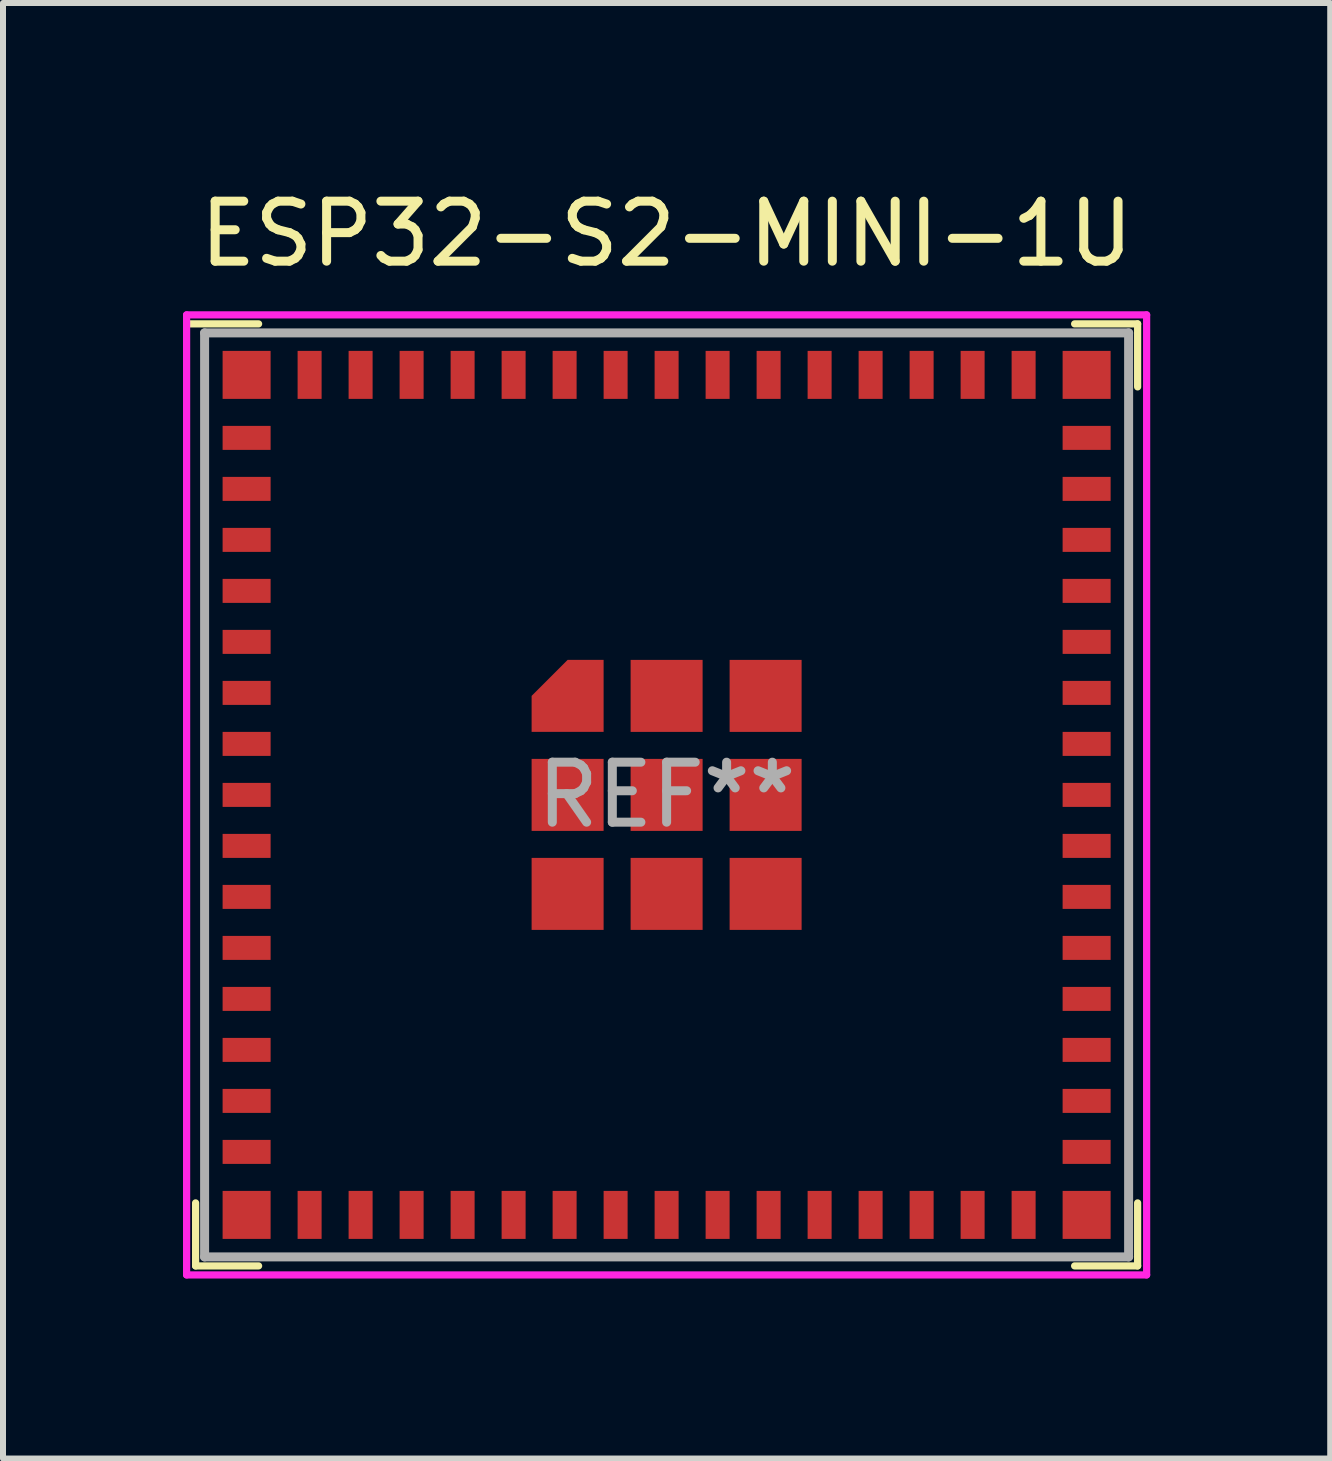
<source format=kicad_pcb>
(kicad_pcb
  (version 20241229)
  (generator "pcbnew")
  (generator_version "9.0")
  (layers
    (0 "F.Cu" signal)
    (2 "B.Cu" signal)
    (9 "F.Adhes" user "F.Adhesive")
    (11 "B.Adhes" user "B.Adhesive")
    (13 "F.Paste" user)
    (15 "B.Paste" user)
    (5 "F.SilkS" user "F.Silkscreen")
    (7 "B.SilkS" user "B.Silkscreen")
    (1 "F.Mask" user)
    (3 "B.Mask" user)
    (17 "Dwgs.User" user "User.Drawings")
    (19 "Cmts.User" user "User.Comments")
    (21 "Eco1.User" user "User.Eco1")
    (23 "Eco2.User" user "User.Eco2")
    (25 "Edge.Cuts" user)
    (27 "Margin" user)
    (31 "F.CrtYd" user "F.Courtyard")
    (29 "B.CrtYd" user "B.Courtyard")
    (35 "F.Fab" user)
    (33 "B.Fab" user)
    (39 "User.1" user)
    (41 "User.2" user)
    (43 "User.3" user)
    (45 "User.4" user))
  (footprint "ESP32-S2-MINI-1U"
    (layer "F.Cu")
    (at 8.06 10.198)
    (property "Reference" "ESP32-S2-MINI-1U" (at 0 -9.35 0) (layer "F.SilkS") (effects (font (size 1 1) (thickness 0.15))))
    (attr smd)
    (fp_line (start -7.85 7.85) (end -7.85 6.8) (stroke (width 0.12) (type solid)) (layer "F.SilkS"))
    (fp_line (start -7.7 -7.7) (end 7.7 -7.7) (stroke (width 0.12) (type solid)) (layer "F.SilkS"))
    (fp_line (start -7.7 7.7) (end -7.7 -7.7) (stroke (width 0.12) (type solid)) (layer "F.SilkS"))
    (fp_line (start -6.8 -7.85) (end -8 -7.85) (stroke (width 0.12) (type solid)) (layer "F.SilkS"))
    (fp_line (start -6.8 7.85) (end -7.85 7.85) (stroke (width 0.12) (type solid)) (layer "F.SilkS"))
    (fp_line (start 6.8 -7.85) (end 7.85 -7.85) (stroke (width 0.12) (type solid)) (layer "F.SilkS"))
    (fp_line (start 6.8 7.85) (end 7.85 7.85) (stroke (width 0.12) (type solid)) (layer "F.SilkS"))
    (fp_line (start 7.7 -7.7) (end 7.7 7.7) (stroke (width 0.12) (type solid)) (layer "F.SilkS"))
    (fp_line (start 7.7 7.7) (end -7.7 7.7) (stroke (width 0.12) (type solid)) (layer "F.SilkS"))
    (fp_line (start 7.85 -7.85) (end 7.85 -6.8) (stroke (width 0.12) (type solid)) (layer "F.SilkS"))
    (fp_line (start 7.85 7.85) (end 7.85 6.8) (stroke (width 0.12) (type solid)) (layer "F.SilkS"))
    (fp_line (start -8 -8) (end -8 8) (stroke (width 0.12) (type solid)) (layer "F.CrtYd"))
    (fp_line (start -8 8) (end 8 8) (stroke (width 0.12) (type solid)) (layer "F.CrtYd"))
    (fp_line (start 8 -8) (end -8 -8) (stroke (width 0.12) (type solid)) (layer "F.CrtYd"))
    (fp_line (start 8 8) (end 8 -8) (stroke (width 0.12) (type solid)) (layer "F.CrtYd"))
    (fp_line (start -7.7 -7.7) (end -7.7 7.7) (stroke (width 0.15) (type solid)) (layer "F.Fab"))
    (fp_line (start -7.7 7.7) (end 7.7 7.7) (stroke (width 0.15) (type solid)) (layer "F.Fab"))
    (fp_line (start 7.7 -7.7) (end -7.7 -7.7) (stroke (width 0.15) (type solid)) (layer "F.Fab"))
    (fp_line (start 7.7 7.7) (end 7.7 -7.7) (stroke (width 0.15) (type solid)) (layer "F.Fab"))
    (fp_text user "REF**" (at 0 0 0) (layer "F.Fab") (effects (font (size 1 1) (thickness 0.15))))
    (pad "1" smd rect (at -7 -5.95 90) (size 0.4 0.8) (layers "F.Cu" "F.Mask" "F.Paste"))
    (pad "2" smd rect (at -7 -5.1 90) (size 0.4 0.8) (layers "F.Cu" "F.Mask" "F.Paste"))
    (pad "3" smd rect (at -7 -4.25 90) (size 0.4 0.8) (layers "F.Cu" "F.Mask" "F.Paste"))
    (pad "4" smd rect (at -7 -3.4 90) (size 0.4 0.8) (layers "F.Cu" "F.Mask" "F.Paste"))
    (pad "5" smd rect (at -7 -2.55 90) (size 0.4 0.8) (layers "F.Cu" "F.Mask" "F.Paste"))
    (pad "6" smd rect (at -7 -1.7 90) (size 0.4 0.8) (layers "F.Cu" "F.Mask" "F.Paste"))
    (pad "7" smd rect (at -7 -0.85 90) (size 0.4 0.8) (layers "F.Cu" "F.Mask" "F.Paste"))
    (pad "8" smd rect (at -7 0 90) (size 0.4 0.8) (layers "F.Cu" "F.Mask" "F.Paste"))
    (pad "9" smd rect (at -7 0.85 90) (size 0.4 0.8) (layers "F.Cu" "F.Mask" "F.Paste"))
    (pad "10" smd rect (at -7 1.7 90) (size 0.4 0.8) (layers "F.Cu" "F.Mask" "F.Paste"))
    (pad "11" smd rect (at -7 2.55 90) (size 0.4 0.8) (layers "F.Cu" "F.Mask" "F.Paste"))
    (pad "12" smd rect (at -7 3.4 90) (size 0.4 0.8) (layers "F.Cu" "F.Mask" "F.Paste"))
    (pad "13" smd rect (at -7 4.25 90) (size 0.4 0.8) (layers "F.Cu" "F.Mask" "F.Paste"))
    (pad "14" smd rect (at -7 5.1 90) (size 0.4 0.8) (layers "F.Cu" "F.Mask" "F.Paste"))
    (pad "15" smd rect (at -7 5.95 90) (size 0.4 0.8) (layers "F.Cu" "F.Mask" "F.Paste"))
    (pad "16" smd rect (at -5.95 7) (size 0.4 0.8) (layers "F.Cu" "F.Mask" "F.Paste"))
    (pad "17" smd rect (at -5.1 7) (size 0.4 0.8) (layers "F.Cu" "F.Mask" "F.Paste"))
    (pad "18" smd rect (at -4.25 7) (size 0.4 0.8) (layers "F.Cu" "F.Mask" "F.Paste"))
    (pad "19" smd rect (at -3.4 7) (size 0.4 0.8) (layers "F.Cu" "F.Mask" "F.Paste"))
    (pad "20" smd rect (at -2.55 7) (size 0.4 0.8) (layers "F.Cu" "F.Mask" "F.Paste"))
    (pad "21" smd rect (at -1.7 7) (size 0.4 0.8) (layers "F.Cu" "F.Mask" "F.Paste"))
    (pad "22" smd rect (at -0.85 7) (size 0.4 0.8) (layers "F.Cu" "F.Mask" "F.Paste"))
    (pad "23" smd rect (at 0 7) (size 0.4 0.8) (layers "F.Cu" "F.Mask" "F.Paste"))
    (pad "24" smd rect (at 0.85 7) (size 0.4 0.8) (layers "F.Cu" "F.Mask" "F.Paste"))
    (pad "25" smd rect (at 1.7 7) (size 0.4 0.8) (layers "F.Cu" "F.Mask" "F.Paste"))
    (pad "26" smd rect (at 2.55 7) (size 0.4 0.8) (layers "F.Cu" "F.Mask" "F.Paste"))
    (pad "27" smd rect (at 3.4 7) (size 0.4 0.8) (layers "F.Cu" "F.Mask" "F.Paste"))
    (pad "28" smd rect (at 4.25 7) (size 0.4 0.8) (layers "F.Cu" "F.Mask" "F.Paste"))
    (pad "29" smd rect (at 5.1 7) (size 0.4 0.8) (layers "F.Cu" "F.Mask" "F.Paste"))
    (pad "30" smd rect (at 5.95 7) (size 0.4 0.8) (layers "F.Cu" "F.Mask" "F.Paste"))
    (pad "31" smd rect (at 7 5.95 90) (size 0.4 0.8) (layers "F.Cu" "F.Mask" "F.Paste"))
    (pad "32" smd rect (at 7 5.1 90) (size 0.4 0.8) (layers "F.Cu" "F.Mask" "F.Paste"))
    (pad "33" smd rect (at 7 4.25 90) (size 0.4 0.8) (layers "F.Cu" "F.Mask" "F.Paste"))
    (pad "34" smd rect (at 7 3.4 90) (size 0.4 0.8) (layers "F.Cu" "F.Mask" "F.Paste"))
    (pad "35" smd rect (at 7 2.55 90) (size 0.4 0.8) (layers "F.Cu" "F.Mask" "F.Paste"))
    (pad "36" smd rect (at 7 1.7 90) (size 0.4 0.8) (layers "F.Cu" "F.Mask" "F.Paste"))
    (pad "37" smd rect (at 7 0.85 90) (size 0.4 0.8) (layers "F.Cu" "F.Mask" "F.Paste"))
    (pad "38" smd rect (at 7 0 90) (size 0.4 0.8) (layers "F.Cu" "F.Mask" "F.Paste"))
    (pad "39" smd rect (at 7 -0.85 90) (size 0.4 0.8) (layers "F.Cu" "F.Mask" "F.Paste"))
    (pad "40" smd rect (at 7 -1.7 90) (size 0.4 0.8) (layers "F.Cu" "F.Mask" "F.Paste"))
    (pad "41" smd rect (at 7 -2.55 90) (size 0.4 0.8) (layers "F.Cu" "F.Mask" "F.Paste"))
    (pad "42" smd rect (at 7 -3.4 90) (size 0.4 0.8) (layers "F.Cu" "F.Mask" "F.Paste"))
    (pad "43" smd rect (at 7 -4.25 90) (size 0.4 0.8) (layers "F.Cu" "F.Mask" "F.Paste"))
    (pad "44" smd rect (at 7 -5.1 90) (size 0.4 0.8) (layers "F.Cu" "F.Mask" "F.Paste"))
    (pad "45" smd rect (at 7 -5.95 90) (size 0.4 0.8) (layers "F.Cu" "F.Mask" "F.Paste"))
    (pad "46" smd rect (at 5.95 -7) (size 0.4 0.8) (layers "F.Cu" "F.Mask" "F.Paste"))
    (pad "47" smd rect (at 5.1 -7) (size 0.4 0.8) (layers "F.Cu" "F.Mask" "F.Paste"))
    (pad "48" smd rect (at 4.25 -7) (size 0.4 0.8) (layers "F.Cu" "F.Mask" "F.Paste"))
    (pad "49" smd rect (at 3.4 -7) (size 0.4 0.8) (layers "F.Cu" "F.Mask" "F.Paste"))
    (pad "50" smd rect (at 2.55 -7) (size 0.4 0.8) (layers "F.Cu" "F.Mask" "F.Paste"))
    (pad "51" smd rect (at 1.7 -7) (size 0.4 0.8) (layers "F.Cu" "F.Mask" "F.Paste"))
    (pad "52" smd rect (at 0.85 -7) (size 0.4 0.8) (layers "F.Cu" "F.Mask" "F.Paste"))
    (pad "53" smd rect (at 0 -7) (size 0.4 0.8) (layers "F.Cu" "F.Mask" "F.Paste"))
    (pad "54" smd rect (at -0.85 -7) (size 0.4 0.8) (layers "F.Cu" "F.Mask" "F.Paste"))
    (pad "55" smd rect (at -1.7 -7) (size 0.4 0.8) (layers "F.Cu" "F.Mask" "F.Paste"))
    (pad "56" smd rect (at -2.55 -7) (size 0.4 0.8) (layers "F.Cu" "F.Mask" "F.Paste"))
    (pad "57" smd rect (at -3.4 -7) (size 0.4 0.8) (layers "F.Cu" "F.Mask" "F.Paste"))
    (pad "58" smd rect (at -4.25 -7) (size 0.4 0.8) (layers "F.Cu" "F.Mask" "F.Paste"))
    (pad "59" smd rect (at -5.1 -7) (size 0.4 0.8) (layers "F.Cu" "F.Mask" "F.Paste"))
    (pad "60" smd rect (at -5.95 -7) (size 0.4 0.8) (layers "F.Cu" "F.Mask" "F.Paste"))
    (pad "61" smd custom (at -1.65 -1.65) (size 0.6 0.6) (layers "F.Cu" "F.Mask" "F.Paste") (options (anchor rect)) (primitives (gr_poly (pts (xy 0.6 0.6) (xy -0.6 0.6) (xy -0.6 0) (xy 0 -0.6) (xy 0.6 -0.6)) (width 0) (fill yes))))
    (pad "61" smd rect (at -1.65 0) (size 1.2 1.2) (layers "F.Cu" "F.Mask" "F.Paste"))
    (pad "61" smd rect (at -1.65 1.65) (size 1.2 1.2) (layers "F.Cu" "F.Mask" "F.Paste"))
    (pad "61" smd rect (at 0 -1.65) (size 1.2 1.2) (layers "F.Cu" "F.Mask" "F.Paste"))
    (pad "61" smd rect (at 0 0) (size 1.2 1.2) (layers "F.Cu" "F.Mask" "F.Paste"))
    (pad "61" smd rect (at 0 1.65) (size 1.2 1.2) (layers "F.Cu" "F.Mask" "F.Paste"))
    (pad "61" smd rect (at 1.65 -1.65) (size 1.2 1.2) (layers "F.Cu" "F.Mask" "F.Paste"))
    (pad "61" smd rect (at 1.65 0) (size 1.2 1.2) (layers "F.Cu" "F.Mask" "F.Paste"))
    (pad "61" smd rect (at 1.65 1.65) (size 1.2 1.2) (layers "F.Cu" "F.Mask" "F.Paste"))
    (pad "62" smd rect (at -7 -7 180) (size 0.8 0.8) (layers "F.Cu" "F.Mask" "F.Paste"))
    (pad "63" smd rect (at -7 7 180) (size 0.8 0.8) (layers "F.Cu" "F.Mask" "F.Paste"))
    (pad "64" smd rect (at 7 7 180) (size 0.8 0.8) (layers "F.Cu" "F.Mask" "F.Paste"))
    (pad "65" smd rect (at 7 -7 180) (size 0.8 0.8) (layers "F.Cu" "F.Mask" "F.Paste")))
  (gr_rect
    (start -3 -3)
    (end 19.12 21.258)
    (stroke (width 0.1) (type default))
    (fill no)
    (layer "Edge.Cuts")))
</source>
